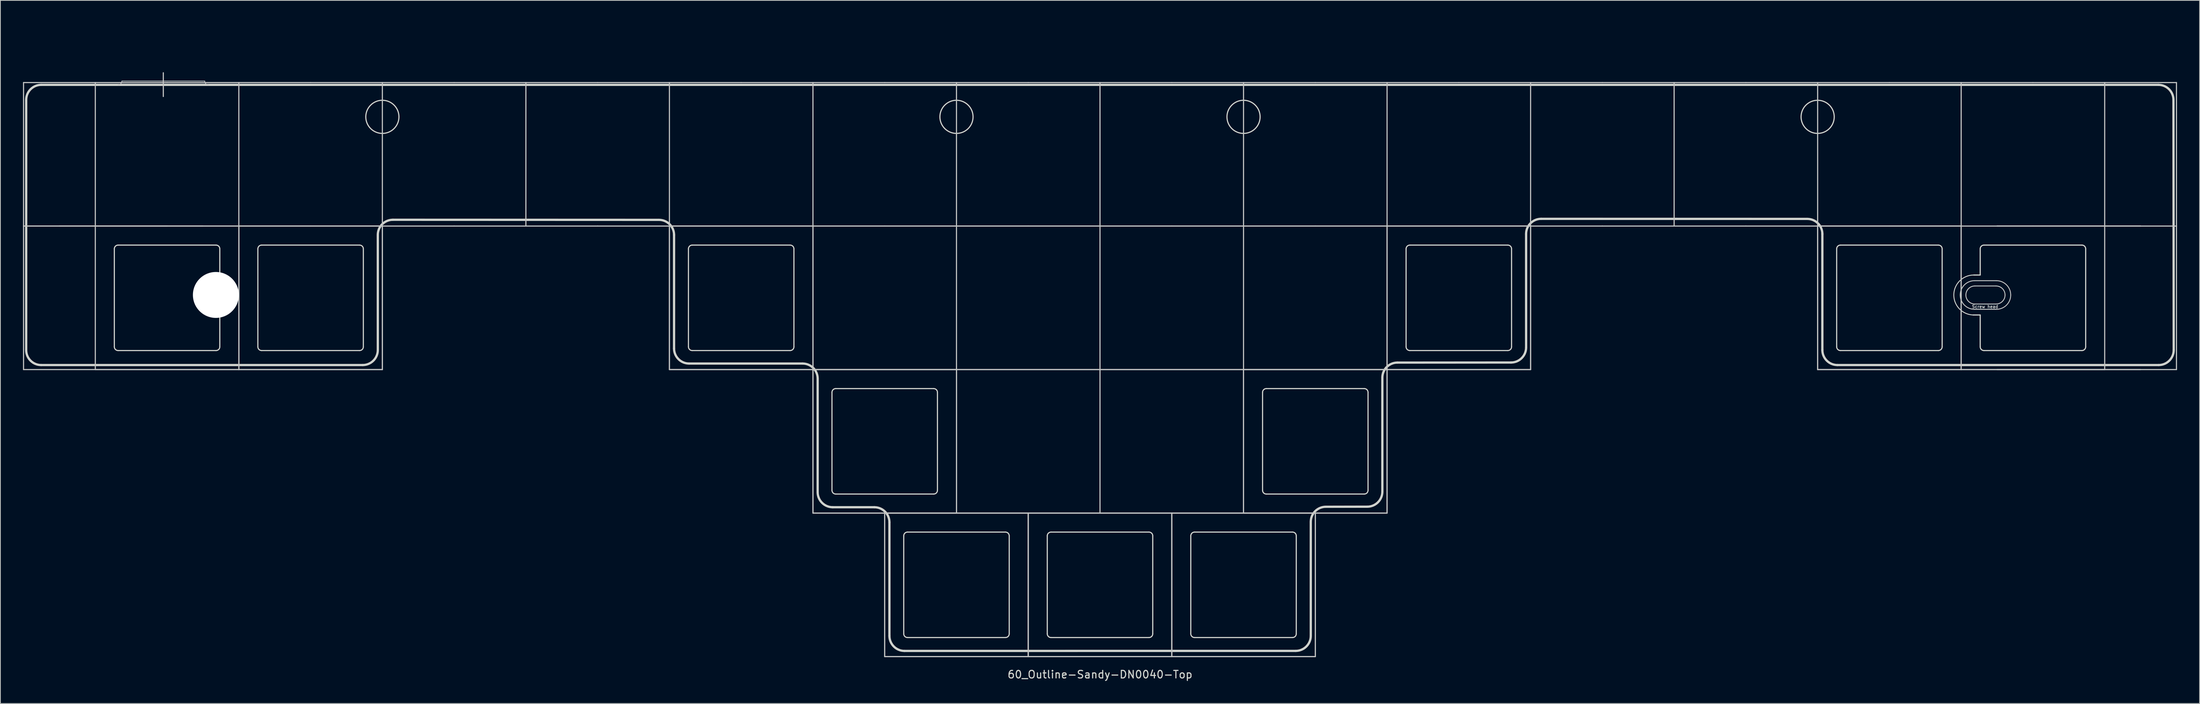
<source format=kicad_pcb>
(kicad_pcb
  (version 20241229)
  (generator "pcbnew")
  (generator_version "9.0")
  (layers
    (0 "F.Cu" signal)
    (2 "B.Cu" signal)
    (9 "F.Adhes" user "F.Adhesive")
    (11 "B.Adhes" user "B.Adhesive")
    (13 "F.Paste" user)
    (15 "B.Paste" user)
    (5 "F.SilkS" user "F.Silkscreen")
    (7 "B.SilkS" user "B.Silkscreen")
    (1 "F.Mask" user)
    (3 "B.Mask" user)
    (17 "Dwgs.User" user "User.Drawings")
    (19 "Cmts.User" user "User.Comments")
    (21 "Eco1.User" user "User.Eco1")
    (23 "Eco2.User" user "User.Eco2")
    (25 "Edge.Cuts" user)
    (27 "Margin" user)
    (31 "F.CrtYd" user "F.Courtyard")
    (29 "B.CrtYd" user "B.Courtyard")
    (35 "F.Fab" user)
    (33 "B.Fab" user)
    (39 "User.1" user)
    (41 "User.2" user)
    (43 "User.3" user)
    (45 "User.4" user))
  (footprint "60_Outline-Sandy-DN0040-Top"
    (layer "F.Cu")
    (at 142.95 46.011)
    (property "Reference" "60_Outline-Sandy-DN0040-Top" (at 0 40.481 0) (layer "Edge.Cuts") (effects (font (size 1 1) (thickness 0.15))))
    (attr through_hole)
    (fp_line (start -142.875 -38.1) (end -123.825 -38.1) (stroke (width 0.15) (type solid)) (layer "Dwgs.User"))
    (fp_line (start -142.875 -19.05) (end -142.875 -38.1) (stroke (width 0.15) (type solid)) (layer "Dwgs.User"))
    (fp_line (start -142.875 -19.05) (end -142.875 0) (stroke (width 0.15) (type solid)) (layer "Dwgs.User"))
    (fp_line (start -142.875 0) (end -114.3 0) (stroke (width 0.15) (type solid)) (layer "Dwgs.User"))
    (fp_line (start -138.113 -19.05) (end -119.062 -19.05) (stroke (width 0.15) (type solid)) (layer "Dwgs.User"))
    (fp_line (start -133.35 -19.05) (end -133.35 -38.1) (stroke (width 0.15) (type solid)) (layer "Dwgs.User"))
    (fp_line (start -133.35 -19.05) (end -114.3 -19.05) (stroke (width 0.15) (type solid)) (layer "Dwgs.User"))
    (fp_line (start -133.35 0) (end -133.35 -19.05) (stroke (width 0.15) (type solid)) (layer "Dwgs.User"))
    (fp_line (start -129.825 -38.3) (end -118.825 -38.3) (stroke (width 0.1) (type solid)) (layer "Dwgs.User"))
    (fp_line (start -124.325 -39.4) (end -124.325 -36.25) (stroke (width 0.15) (type solid)) (layer "Dwgs.User"))
    (fp_line (start -123.825 -38.1) (end -104.775 -38.1) (stroke (width 0.15) (type solid)) (layer "Dwgs.User"))
    (fp_line (start -123.825 -19.05) (end -142.875 -19.05) (stroke (width 0.15) (type solid)) (layer "Dwgs.User"))
    (fp_line (start -123.825 -19.05) (end -142.875 -19.05) (stroke (width 0.15) (type solid)) (layer "Dwgs.User"))
    (fp_line (start -114.3 -38.1) (end -114.3 -19.05) (stroke (width 0.15) (type solid)) (layer "Dwgs.User"))
    (fp_line (start -114.3 -19.05) (end -114.3 0) (stroke (width 0.15) (type solid)) (layer "Dwgs.User"))
    (fp_line (start -114.3 -19.05) (end -95.25 -19.05) (stroke (width 0.15) (type solid)) (layer "Dwgs.User"))
    (fp_line (start -114.3 -19.05) (end -95.25 -19.05) (stroke (width 0.15) (type solid)) (layer "Dwgs.User"))
    (fp_line (start -114.3 0) (end -133.35 0) (stroke (width 0.15) (type solid)) (layer "Dwgs.User"))
    (fp_line (start -114.3 0) (end -114.3 -19.05) (stroke (width 0.15) (type solid)) (layer "Dwgs.User"))
    (fp_line (start -114.3 0) (end -114.3 -19.05) (stroke (width 0.15) (type solid)) (layer "Dwgs.User"))
    (fp_line (start -104.775 -38.1) (end -85.725 -38.1) (stroke (width 0.15) (type solid)) (layer "Dwgs.User"))
    (fp_line (start -104.775 -19.05) (end -123.825 -19.05) (stroke (width 0.15) (type solid)) (layer "Dwgs.User"))
    (fp_line (start -95.25 -19.05) (end -95.25 -38.1) (stroke (width 0.15) (type solid)) (layer "Dwgs.User"))
    (fp_line (start -95.25 -19.05) (end -95.25 0) (stroke (width 0.15) (type solid)) (layer "Dwgs.User"))
    (fp_line (start -95.25 -19.05) (end -95.25 0) (stroke (width 0.15) (type solid)) (layer "Dwgs.User"))
    (fp_line (start -95.25 0) (end -114.3 0) (stroke (width 0.15) (type solid)) (layer "Dwgs.User"))
    (fp_line (start -95.25 0) (end -114.3 0) (stroke (width 0.15) (type solid)) (layer "Dwgs.User"))
    (fp_line (start -85.725 -38.1) (end -66.675 -38.1) (stroke (width 0.15) (type solid)) (layer "Dwgs.User"))
    (fp_line (start -85.725 -19.05) (end -104.775 -19.05) (stroke (width 0.15) (type solid)) (layer "Dwgs.User"))
    (fp_line (start -76.2 -38.1) (end -76.2 -19.05) (stroke (width 0.15) (type solid)) (layer "Dwgs.User"))
    (fp_line (start -66.675 -38.1) (end -47.625 -38.1) (stroke (width 0.15) (type solid)) (layer "Dwgs.User"))
    (fp_line (start -66.675 -19.05) (end -85.725 -19.05) (stroke (width 0.15) (type solid)) (layer "Dwgs.User"))
    (fp_line (start -57.15 -38.1) (end -57.15 -19.05) (stroke (width 0.15) (type solid)) (layer "Dwgs.User"))
    (fp_line (start -57.15 -19.05) (end -38.1 -19.05) (stroke (width 0.15) (type solid)) (layer "Dwgs.User"))
    (fp_line (start -57.15 -19.05) (end -38.1 -19.05) (stroke (width 0.15) (type solid)) (layer "Dwgs.User"))
    (fp_line (start -57.15 0) (end -57.15 -19.05) (stroke (width 0.15) (type solid)) (layer "Dwgs.User"))
    (fp_line (start -57.15 0) (end -57.15 -19.05) (stroke (width 0.15) (type solid)) (layer "Dwgs.User"))
    (fp_line (start -47.625 -38.1) (end -28.575 -38.1) (stroke (width 0.15) (type solid)) (layer "Dwgs.User"))
    (fp_line (start -47.625 -19.05) (end -66.675 -19.05) (stroke (width 0.15) (type solid)) (layer "Dwgs.User"))
    (fp_line (start -38.1 -19.05) (end -38.1 -38.1) (stroke (width 0.15) (type solid)) (layer "Dwgs.User"))
    (fp_line (start -38.1 -19.05) (end -38.1 0) (stroke (width 0.15) (type solid)) (layer "Dwgs.User"))
    (fp_line (start -38.1 -19.05) (end -19.05 -19.05) (stroke (width 0.15) (type solid)) (layer "Dwgs.User"))
    (fp_line (start -38.1 0) (end -57.15 0) (stroke (width 0.15) (type solid)) (layer "Dwgs.User"))
    (fp_line (start -38.1 0) (end -57.15 0) (stroke (width 0.15) (type solid)) (layer "Dwgs.User"))
    (fp_line (start -38.1 0) (end -38.1 -19.05) (stroke (width 0.15) (type solid)) (layer "Dwgs.User"))
    (fp_line (start -38.1 0) (end -19.05 0) (stroke (width 0.15) (type solid)) (layer "Dwgs.User"))
    (fp_line (start -38.1 0) (end -19.05 0) (stroke (width 0.15) (type solid)) (layer "Dwgs.User"))
    (fp_line (start -38.1 19.05) (end -38.1 0) (stroke (width 0.15) (type solid)) (layer "Dwgs.User"))
    (fp_line (start -38.1 19.05) (end -38.1 0) (stroke (width 0.15) (type solid)) (layer "Dwgs.User"))
    (fp_line (start -28.575 -38.1) (end -9.525 -38.1) (stroke (width 0.15) (type solid)) (layer "Dwgs.User"))
    (fp_line (start -28.575 -19.05) (end -47.625 -19.05) (stroke (width 0.15) (type solid)) (layer "Dwgs.User"))
    (fp_line (start -28.575 19.05) (end -9.525 19.05) (stroke (width 0.15) (type solid)) (layer "Dwgs.User"))
    (fp_line (start -28.575 19.05) (end -9.525 19.05) (stroke (width 0.15) (type solid)) (layer "Dwgs.User"))
    (fp_line (start -28.575 38.1) (end -28.575 19.05) (stroke (width 0.15) (type solid)) (layer "Dwgs.User"))
    (fp_line (start -28.575 38.1) (end -28.575 19.05) (stroke (width 0.15) (type solid)) (layer "Dwgs.User"))
    (fp_line (start -19.05 -19.05) (end -19.05 -38.1) (stroke (width 0.15) (type solid)) (layer "Dwgs.User"))
    (fp_line (start -19.05 -19.05) (end -19.05 0) (stroke (width 0.15) (type solid)) (layer "Dwgs.User"))
    (fp_line (start -19.05 -19.05) (end 0 -19.05) (stroke (width 0.15) (type solid)) (layer "Dwgs.User"))
    (fp_line (start -19.05 0) (end -38.1 0) (stroke (width 0.15) (type solid)) (layer "Dwgs.User"))
    (fp_line (start -19.05 0) (end -19.05 19.05) (stroke (width 0.15) (type solid)) (layer "Dwgs.User"))
    (fp_line (start -19.05 0) (end 0 0) (stroke (width 0.15) (type solid)) (layer "Dwgs.User"))
    (fp_line (start -19.05 19.05) (end -38.1 19.05) (stroke (width 0.15) (type solid)) (layer "Dwgs.User"))
    (fp_line (start -19.05 19.05) (end -38.1 19.05) (stroke (width 0.15) (type solid)) (layer "Dwgs.User"))
    (fp_line (start -19.05 19.05) (end -19.05 0) (stroke (width 0.15) (type solid)) (layer "Dwgs.User"))
    (fp_line (start -9.525 -38.1) (end 9.525 -38.1) (stroke (width 0.15) (type solid)) (layer "Dwgs.User"))
    (fp_line (start -9.525 -19.05) (end -28.575 -19.05) (stroke (width 0.15) (type solid)) (layer "Dwgs.User"))
    (fp_line (start -9.525 19.05) (end -9.525 38.1) (stroke (width 0.15) (type solid)) (layer "Dwgs.User"))
    (fp_line (start -9.525 19.05) (end 9.525 19.05) (stroke (width 0.15) (type solid)) (layer "Dwgs.User"))
    (fp_line (start -9.525 19.05) (end 9.525 19.05) (stroke (width 0.15) (type solid)) (layer "Dwgs.User"))
    (fp_line (start -9.525 38.1) (end -28.575 38.1) (stroke (width 0.15) (type solid)) (layer "Dwgs.User"))
    (fp_line (start -9.525 38.1) (end -28.575 38.1) (stroke (width 0.15) (type solid)) (layer "Dwgs.User"))
    (fp_line (start -9.525 38.1) (end -9.525 19.05) (stroke (width 0.15) (type solid)) (layer "Dwgs.User"))
    (fp_line (start -9.525 38.1) (end -9.525 19.05) (stroke (width 0.15) (type solid)) (layer "Dwgs.User"))
    (fp_line (start 0 -19.05) (end 0 -38.1) (stroke (width 0.15) (type solid)) (layer "Dwgs.User"))
    (fp_line (start 0 -19.05) (end 0 0) (stroke (width 0.15) (type solid)) (layer "Dwgs.User"))
    (fp_line (start 0 -19.05) (end 19.05 -19.05) (stroke (width 0.15) (type solid)) (layer "Dwgs.User"))
    (fp_line (start 0 0) (end -19.05 0) (stroke (width 0.15) (type solid)) (layer "Dwgs.User"))
    (fp_line (start 0 0) (end 19.05 0) (stroke (width 0.15) (type solid)) (layer "Dwgs.User"))
    (fp_line (start 0 19.05) (end -19.05 19.05) (stroke (width 0.15) (type solid)) (layer "Dwgs.User"))
    (fp_line (start 0 19.05) (end 0 0) (stroke (width 0.15) (type solid)) (layer "Dwgs.User"))
    (fp_line (start 9.525 -38.1) (end 28.575 -38.1) (stroke (width 0.15) (type solid)) (layer "Dwgs.User"))
    (fp_line (start 9.525 -19.05) (end -9.525 -19.05) (stroke (width 0.15) (type solid)) (layer "Dwgs.User"))
    (fp_line (start 9.525 19.05) (end 9.525 38.1) (stroke (width 0.15) (type solid)) (layer "Dwgs.User"))
    (fp_line (start 9.525 19.05) (end 28.575 19.05) (stroke (width 0.15) (type solid)) (layer "Dwgs.User"))
    (fp_line (start 9.525 19.05) (end 28.575 19.05) (stroke (width 0.15) (type solid)) (layer "Dwgs.User"))
    (fp_line (start 9.525 38.1) (end -9.525 38.1) (stroke (width 0.15) (type solid)) (layer "Dwgs.User"))
    (fp_line (start 9.525 38.1) (end -9.525 38.1) (stroke (width 0.15) (type solid)) (layer "Dwgs.User"))
    (fp_line (start 9.525 38.1) (end 9.525 19.05) (stroke (width 0.15) (type solid)) (layer "Dwgs.User"))
    (fp_line (start 9.525 38.1) (end 9.525 19.05) (stroke (width 0.15) (type solid)) (layer "Dwgs.User"))
    (fp_line (start 19.05 -19.05) (end 19.05 -38.1) (stroke (width 0.15) (type solid)) (layer "Dwgs.User"))
    (fp_line (start 19.05 -19.05) (end 38.1 -19.05) (stroke (width 0.15) (type solid)) (layer "Dwgs.User"))
    (fp_line (start 19.05 0) (end 0 0) (stroke (width 0.15) (type solid)) (layer "Dwgs.User"))
    (fp_line (start 19.05 0) (end 19.05 -19.05) (stroke (width 0.15) (type solid)) (layer "Dwgs.User"))
    (fp_line (start 19.05 0) (end 38.1 0) (stroke (width 0.15) (type solid)) (layer "Dwgs.User"))
    (fp_line (start 19.05 0) (end 38.1 0) (stroke (width 0.15) (type solid)) (layer "Dwgs.User"))
    (fp_line (start 19.05 19.05) (end 0 19.05) (stroke (width 0.15) (type solid)) (layer "Dwgs.User"))
    (fp_line (start 19.05 19.05) (end 19.05 0) (stroke (width 0.15) (type solid)) (layer "Dwgs.User"))
    (fp_line (start 19.05 19.05) (end 19.05 0) (stroke (width 0.15) (type solid)) (layer "Dwgs.User"))
    (fp_line (start 28.575 -38.1) (end 47.625 -38.1) (stroke (width 0.15) (type solid)) (layer "Dwgs.User"))
    (fp_line (start 28.575 -19.05) (end 9.525 -19.05) (stroke (width 0.15) (type solid)) (layer "Dwgs.User"))
    (fp_line (start 28.575 19.05) (end 28.575 38.1) (stroke (width 0.15) (type solid)) (layer "Dwgs.User"))
    (fp_line (start 28.575 19.05) (end 28.575 38.1) (stroke (width 0.15) (type solid)) (layer "Dwgs.User"))
    (fp_line (start 28.575 38.1) (end 9.525 38.1) (stroke (width 0.15) (type solid)) (layer "Dwgs.User"))
    (fp_line (start 28.575 38.1) (end 9.525 38.1) (stroke (width 0.15) (type solid)) (layer "Dwgs.User"))
    (fp_line (start 38.1 -19.05) (end 38.1 -38.1) (stroke (width 0.15) (type solid)) (layer "Dwgs.User"))
    (fp_line (start 38.1 -19.05) (end 38.1 0) (stroke (width 0.15) (type solid)) (layer "Dwgs.User"))
    (fp_line (start 38.1 -19.05) (end 57.15 -19.05) (stroke (width 0.15) (type solid)) (layer "Dwgs.User"))
    (fp_line (start 38.1 -19.05) (end 57.15 -19.05) (stroke (width 0.15) (type solid)) (layer "Dwgs.User"))
    (fp_line (start 38.1 0) (end 19.05 0) (stroke (width 0.15) (type solid)) (layer "Dwgs.User"))
    (fp_line (start 38.1 0) (end 38.1 -19.05) (stroke (width 0.15) (type solid)) (layer "Dwgs.User"))
    (fp_line (start 38.1 0) (end 38.1 19.05) (stroke (width 0.15) (type solid)) (layer "Dwgs.User"))
    (fp_line (start 38.1 0) (end 38.1 19.05) (stroke (width 0.15) (type solid)) (layer "Dwgs.User"))
    (fp_line (start 38.1 19.05) (end 19.05 19.05) (stroke (width 0.15) (type solid)) (layer "Dwgs.User"))
    (fp_line (start 38.1 19.05) (end 19.05 19.05) (stroke (width 0.15) (type solid)) (layer "Dwgs.User"))
    (fp_line (start 47.625 -38.1) (end 66.675 -38.1) (stroke (width 0.15) (type solid)) (layer "Dwgs.User"))
    (fp_line (start 47.625 -19.05) (end 28.575 -19.05) (stroke (width 0.15) (type solid)) (layer "Dwgs.User"))
    (fp_line (start 57.15 -19.05) (end 57.15 -38.1) (stroke (width 0.15) (type solid)) (layer "Dwgs.User"))
    (fp_line (start 57.15 -19.05) (end 57.15 0) (stroke (width 0.15) (type solid)) (layer "Dwgs.User"))
    (fp_line (start 57.15 -19.05) (end 57.15 0) (stroke (width 0.15) (type solid)) (layer "Dwgs.User"))
    (fp_line (start 57.15 0) (end 38.1 0) (stroke (width 0.15) (type solid)) (layer "Dwgs.User"))
    (fp_line (start 57.15 0) (end 38.1 0) (stroke (width 0.15) (type solid)) (layer "Dwgs.User"))
    (fp_line (start 66.675 -38.1) (end 85.725 -38.1) (stroke (width 0.15) (type solid)) (layer "Dwgs.User"))
    (fp_line (start 66.675 -19.05) (end 47.625 -19.05) (stroke (width 0.15) (type solid)) (layer "Dwgs.User"))
    (fp_line (start 76.2 -19.05) (end 76.2 -38.1) (stroke (width 0.15) (type solid)) (layer "Dwgs.User"))
    (fp_line (start 85.725 -38.1) (end 104.775 -38.1) (stroke (width 0.15) (type solid)) (layer "Dwgs.User"))
    (fp_line (start 85.725 -19.05) (end 66.675 -19.05) (stroke (width 0.15) (type solid)) (layer "Dwgs.User"))
    (fp_line (start 95.25 -38.1) (end 95.25 -19.05) (stroke (width 0.15) (type solid)) (layer "Dwgs.User"))
    (fp_line (start 95.25 -19.05) (end 114.3 -19.05) (stroke (width 0.15) (type solid)) (layer "Dwgs.User"))
    (fp_line (start 95.25 -19.05) (end 114.3 -19.05) (stroke (width 0.15) (type solid)) (layer "Dwgs.User"))
    (fp_line (start 95.25 0) (end 95.25 -19.05) (stroke (width 0.15) (type solid)) (layer "Dwgs.User"))
    (fp_line (start 95.25 0) (end 95.25 -19.05) (stroke (width 0.15) (type solid)) (layer "Dwgs.User"))
    (fp_line (start 104.775 -38.1) (end 123.825 -38.1) (stroke (width 0.15) (type solid)) (layer "Dwgs.User"))
    (fp_line (start 104.775 -19.05) (end 85.725 -19.05) (stroke (width 0.15) (type solid)) (layer "Dwgs.User"))
    (fp_line (start 114.3 -38.1) (end 114.3 -19.05) (stroke (width 0.15) (type solid)) (layer "Dwgs.User"))
    (fp_line (start 114.3 -19.05) (end 114.3 0) (stroke (width 0.15) (type solid)) (layer "Dwgs.User"))
    (fp_line (start 114.3 -19.05) (end 114.3 0) (stroke (width 0.15) (type solid)) (layer "Dwgs.User"))
    (fp_line (start 114.3 0) (end 95.25 0) (stroke (width 0.15) (type solid)) (layer "Dwgs.User"))
    (fp_line (start 114.3 0) (end 95.25 0) (stroke (width 0.15) (type solid)) (layer "Dwgs.User"))
    (fp_line (start 114.3 0) (end 142.875 0) (stroke (width 0.15) (type solid)) (layer "Dwgs.User"))
    (fp_line (start 116.075 -11.8) (end 118.975 -11.8) (stroke (width 0.12) (type solid)) (layer "Dwgs.User"))
    (fp_line (start 116.075 -8) (end 118.975 -8) (stroke (width 0.12) (type solid)) (layer "Dwgs.User"))
    (fp_line (start 116.123 -11.099) (end 118.923 -11.099) (stroke (width 0.12) (type solid)) (layer "Dwgs.User"))
    (fp_line (start 118.923 -8.699) (end 116.123 -8.699) (stroke (width 0.12) (type solid)) (layer "Dwgs.User"))
    (fp_line (start 119.062 -19.05) (end 138.113 -19.05) (stroke (width 0.15) (type solid)) (layer "Dwgs.User"))
    (fp_line (start 119.062 -19.05) (end 138.113 -19.05) (stroke (width 0.15) (type solid)) (layer "Dwgs.User"))
    (fp_line (start 123.825 -38.1) (end 142.875 -38.1) (stroke (width 0.15) (type solid)) (layer "Dwgs.User"))
    (fp_line (start 123.825 -19.05) (end 104.775 -19.05) (stroke (width 0.15) (type solid)) (layer "Dwgs.User"))
    (fp_line (start 133.35 -38.1) (end 133.35 -19.05) (stroke (width 0.15) (type solid)) (layer "Dwgs.User"))
    (fp_line (start 133.35 -19.05) (end 133.35 0) (stroke (width 0.15) (type solid)) (layer "Dwgs.User"))
    (fp_line (start 133.35 0) (end 114.3 0) (stroke (width 0.15) (type solid)) (layer "Dwgs.User"))
    (fp_line (start 138.113 0) (end 119.062 0) (stroke (width 0.15) (type solid)) (layer "Dwgs.User"))
    (fp_line (start 142.875 -38.1) (end 142.875 -19.05) (stroke (width 0.15) (type solid)) (layer "Dwgs.User"))
    (fp_line (start 142.875 -19.05) (end 123.825 -19.05) (stroke (width 0.15) (type solid)) (layer "Dwgs.User"))
    (fp_line (start 142.875 -19.05) (end 142.875 0) (stroke (width 0.15) (type solid)) (layer "Dwgs.User"))
    (fp_arc (start -129.825 -38.30004) (mid -129.971447 -37.946487) (end -130.325 -37.80004) (stroke (width 0.1) (type solid)) (layer "Dwgs.User"))
    (fp_arc (start -118.325 -37.80004) (mid -118.678553 -37.946487) (end -118.825 -38.30004) (stroke (width 0.1) (type solid)) (layer "Dwgs.User"))
    (fp_arc (start 114.175 -9.90004) (mid 114.731494 -11.243549) (end 116.075 -11.80004) (stroke (width 0.12) (type solid)) (layer "Dwgs.User"))
    (fp_arc (start 114.923491 -9.898554) (mid 115.274993 -10.747053) (end 116.123491 -11.098554) (stroke (width 0.12) (type solid)) (layer "Dwgs.User"))
    (fp_arc (start 116.075 -8.00004) (mid 114.731464 -8.556507) (end 114.175 -9.90004) (stroke (width 0.12) (type solid)) (layer "Dwgs.User"))
    (fp_arc (start 116.123491 -8.698554) (mid 115.274999 -9.050059) (end 114.923491 -9.898554) (stroke (width 0.12) (type solid)) (layer "Dwgs.User"))
    (fp_arc (start 118.923491 -11.098554) (mid 119.772056 -10.747115) (end 120.123491 -9.898554) (stroke (width 0.12) (type solid)) (layer "Dwgs.User"))
    (fp_arc (start 118.975 -11.80004) (mid 120.31847 -11.243513) (end 120.875 -9.90004) (stroke (width 0.12) (type solid)) (layer "Dwgs.User"))
    (fp_arc (start 120.123491 -9.898554) (mid 119.772049 -9.049997) (end 118.923491 -8.698554) (stroke (width 0.12) (type solid)) (layer "Dwgs.User"))
    (fp_arc (start 120.875 -9.90004) (mid 120.318499 -8.556544) (end 118.975 -8.00004) (stroke (width 0.12) (type solid)) (layer "Dwgs.User"))
    (fp_circle (center -117.325 -9.9) (end -116.025 -9.9) (stroke (width 0.15) (type solid)) (fill no) (layer "Eco1.User"))
    (fp_circle (center -117.325 -9.9) (end -114.925 -9.9) (stroke (width 0.15) (type solid)) (fill no) (layer "Eco1.User"))
    (fp_line (start -142.525 -2.586) (end -142.525 -35.8) (stroke (width 0.3) (type solid)) (layer "Edge.Cuts"))
    (fp_line (start -140.539 -0.6) (end -97.855 -0.6) (stroke (width 0.3) (type solid)) (layer "Edge.Cuts"))
    (fp_line (start -130.825 -16.025) (end -130.825 -3.025) (stroke (width 0.15) (type solid)) (layer "Edge.Cuts"))
    (fp_line (start -130.325 -16.525) (end -117.325 -16.525) (stroke (width 0.15) (type solid)) (layer "Edge.Cuts"))
    (fp_line (start -130.325 -2.525) (end -117.325 -2.525) (stroke (width 0.15) (type solid)) (layer "Edge.Cuts"))
    (fp_line (start -116.825 -3.025) (end -116.825 -16.025) (stroke (width 0.15) (type solid)) (layer "Edge.Cuts"))
    (fp_line (start -111.775 -16.025) (end -111.775 -3.025) (stroke (width 0.15) (type solid)) (layer "Edge.Cuts"))
    (fp_line (start -111.275 -16.525) (end -98.275 -16.525) (stroke (width 0.15) (type solid)) (layer "Edge.Cuts"))
    (fp_line (start -111.275 -2.525) (end -98.275 -2.525) (stroke (width 0.15) (type solid)) (layer "Edge.Cuts"))
    (fp_line (start -97.775 -3.025) (end -97.775 -16.025) (stroke (width 0.15) (type solid)) (layer "Edge.Cuts"))
    (fp_line (start -95.855 -2.6) (end -95.855 -17.886) (stroke (width 0.3) (type solid)) (layer "Edge.Cuts"))
    (fp_line (start -93.855 -19.886) (end -58.535 -19.875) (stroke (width 0.3) (type solid)) (layer "Edge.Cuts"))
    (fp_line (start -56.535 -2.8) (end -56.535 -17.875) (stroke (width 0.3) (type solid)) (layer "Edge.Cuts"))
    (fp_line (start -54.625 -16.025) (end -54.625 -3.025) (stroke (width 0.15) (type solid)) (layer "Edge.Cuts"))
    (fp_line (start -54.535 -0.8) (end -39.475 -0.8) (stroke (width 0.3) (type solid)) (layer "Edge.Cuts"))
    (fp_line (start -54.125 -16.525) (end -41.125 -16.525) (stroke (width 0.15) (type solid)) (layer "Edge.Cuts"))
    (fp_line (start -54.125 -2.525) (end -41.125 -2.525) (stroke (width 0.15) (type solid)) (layer "Edge.Cuts"))
    (fp_line (start -40.625 -3.025) (end -40.625 -16.025) (stroke (width 0.15) (type solid)) (layer "Edge.Cuts"))
    (fp_line (start -37.475 16.275) (end -37.475 1.2) (stroke (width 0.3) (type solid)) (layer "Edge.Cuts"))
    (fp_line (start -35.575 3.025) (end -35.575 16.025) (stroke (width 0.15) (type solid)) (layer "Edge.Cuts"))
    (fp_line (start -35.475 18.275) (end -29.95 18.275) (stroke (width 0.3) (type solid)) (layer "Edge.Cuts"))
    (fp_line (start -35.075 2.525) (end -22.075 2.525) (stroke (width 0.15) (type solid)) (layer "Edge.Cuts"))
    (fp_line (start -35.075 16.525) (end -22.075 16.525) (stroke (width 0.15) (type solid)) (layer "Edge.Cuts"))
    (fp_line (start -27.95 35.35) (end -27.95 20.275) (stroke (width 0.3) (type solid)) (layer "Edge.Cuts"))
    (fp_line (start -26.05 22.075) (end -26.05 35.075) (stroke (width 0.15) (type solid)) (layer "Edge.Cuts"))
    (fp_line (start -25.95 37.35) (end 25.975 37.346) (stroke (width 0.3) (type solid)) (layer "Edge.Cuts"))
    (fp_line (start -25.55 21.575) (end -12.55 21.575) (stroke (width 0.15) (type solid)) (layer "Edge.Cuts"))
    (fp_line (start -25.55 35.575) (end -12.55 35.575) (stroke (width 0.15) (type solid)) (layer "Edge.Cuts"))
    (fp_line (start -21.575 16.025) (end -21.575 3.025) (stroke (width 0.15) (type solid)) (layer "Edge.Cuts"))
    (fp_line (start -12.05 35.075) (end -12.05 22.075) (stroke (width 0.15) (type solid)) (layer "Edge.Cuts"))
    (fp_line (start -7 22.075) (end -7 35.075) (stroke (width 0.15) (type solid)) (layer "Edge.Cuts"))
    (fp_line (start -6.5 21.575) (end 6.5 21.575) (stroke (width 0.15) (type solid)) (layer "Edge.Cuts"))
    (fp_line (start -6.5 35.575) (end 6.5 35.575) (stroke (width 0.15) (type solid)) (layer "Edge.Cuts"))
    (fp_line (start 7 35.075) (end 7 22.075) (stroke (width 0.15) (type solid)) (layer "Edge.Cuts"))
    (fp_line (start 12.05 22.075) (end 12.05 35.075) (stroke (width 0.15) (type solid)) (layer "Edge.Cuts"))
    (fp_line (start 12.55 21.575) (end 25.55 21.575) (stroke (width 0.15) (type solid)) (layer "Edge.Cuts"))
    (fp_line (start 12.55 35.575) (end 25.55 35.575) (stroke (width 0.15) (type solid)) (layer "Edge.Cuts"))
    (fp_line (start 21.575 3.025) (end 21.575 16.025) (stroke (width 0.15) (type solid)) (layer "Edge.Cuts"))
    (fp_line (start 22.075 2.525) (end 35.075 2.525) (stroke (width 0.15) (type solid)) (layer "Edge.Cuts"))
    (fp_line (start 22.075 16.525) (end 35.075 16.525) (stroke (width 0.15) (type solid)) (layer "Edge.Cuts"))
    (fp_line (start 26.05 35.075) (end 26.05 22.075) (stroke (width 0.15) (type solid)) (layer "Edge.Cuts"))
    (fp_line (start 27.975 35.346) (end 27.975 20.214) (stroke (width 0.3) (type solid)) (layer "Edge.Cuts"))
    (fp_line (start 29.975 18.214) (end 35.475 18.204) (stroke (width 0.3) (type solid)) (layer "Edge.Cuts"))
    (fp_line (start 35.575 16.025) (end 35.575 3.025) (stroke (width 0.15) (type solid)) (layer "Edge.Cuts"))
    (fp_line (start 37.475 16.204) (end 37.475 1.073) (stroke (width 0.3) (type solid)) (layer "Edge.Cuts"))
    (fp_line (start 39.475 -0.927) (end 54.555 -0.937) (stroke (width 0.3) (type solid)) (layer "Edge.Cuts"))
    (fp_line (start 40.625 -16.025) (end 40.625 -3.025) (stroke (width 0.15) (type solid)) (layer "Edge.Cuts"))
    (fp_line (start 41.125 -16.525) (end 54.125 -16.525) (stroke (width 0.15) (type solid)) (layer "Edge.Cuts"))
    (fp_line (start 41.125 -2.525) (end 54.125 -2.525) (stroke (width 0.15) (type solid)) (layer "Edge.Cuts"))
    (fp_line (start 54.625 -3.025) (end 54.625 -16.025) (stroke (width 0.15) (type solid)) (layer "Edge.Cuts"))
    (fp_line (start 56.555 -2.937) (end 56.555 -18.012) (stroke (width 0.3) (type solid)) (layer "Edge.Cuts"))
    (fp_line (start 58.555 -20.012) (end 93.875 -20.002) (stroke (width 0.3) (type solid)) (layer "Edge.Cuts"))
    (fp_line (start 95.875 -2.6) (end 95.875 -18.002) (stroke (width 0.3) (type solid)) (layer "Edge.Cuts"))
    (fp_line (start 97.775 -16.025) (end 97.775 -3.025) (stroke (width 0.15) (type solid)) (layer "Edge.Cuts"))
    (fp_line (start 98.275 -16.525) (end 111.275 -16.525) (stroke (width 0.15) (type solid)) (layer "Edge.Cuts"))
    (fp_line (start 98.275 -2.525) (end 111.275 -2.525) (stroke (width 0.15) (type solid)) (layer "Edge.Cuts"))
    (fp_line (start 111.775 -3.025) (end 111.775 -16.025) (stroke (width 0.15) (type solid)) (layer "Edge.Cuts"))
    (fp_line (start 115.875 -7.248) (end 116.825 -7.248) (stroke (width 0.15) (type solid)) (layer "Edge.Cuts"))
    (fp_line (start 115.975 -12.55) (end 116.825 -12.55) (stroke (width 0.15) (type solid)) (layer "Edge.Cuts"))
    (fp_line (start 116.825 -16.025) (end 116.825 -12.55) (stroke (width 0.15) (type solid)) (layer "Edge.Cuts"))
    (fp_line (start 116.825 -7.248) (end 116.825 -3.025) (stroke (width 0.15) (type solid)) (layer "Edge.Cuts"))
    (fp_line (start 117.325 -16.525) (end 130.325 -16.525) (stroke (width 0.15) (type solid)) (layer "Edge.Cuts"))
    (fp_line (start 117.325 -2.525) (end 130.325 -2.525) (stroke (width 0.15) (type solid)) (layer "Edge.Cuts"))
    (fp_line (start 130.825 -3.025) (end 130.825 -16.025) (stroke (width 0.15) (type solid)) (layer "Edge.Cuts"))
    (fp_line (start 140.475 -37.8) (end -140.525 -37.8) (stroke (width 0.3) (type solid)) (layer "Edge.Cuts"))
    (fp_line (start 140.511 -0.6) (end 97.875 -0.6) (stroke (width 0.3) (type solid)) (layer "Edge.Cuts"))
    (fp_line (start 142.511 -2.6) (end 142.475 -35.8) (stroke (width 0.3) (type solid)) (layer "Edge.Cuts"))
    (fp_arc (start -142.525 -35.80004) (mid -141.939214 -37.214254) (end -140.525 -37.80004) (stroke (width 0.3) (type solid)) (layer "Edge.Cuts"))
    (fp_arc (start -140.539214 -0.60004) (mid -141.943377 -1.181663) (end -142.525 -2.585826) (stroke (width 0.3) (type solid)) (layer "Edge.Cuts"))
    (fp_arc (start -130.825 -16.025) (mid -130.678553 -16.378553) (end -130.325 -16.525) (stroke (width 0.15) (type solid)) (layer "Edge.Cuts"))
    (fp_arc (start -130.325 -2.525) (mid -130.678553 -2.671447) (end -130.825 -3.025) (stroke (width 0.15) (type solid)) (layer "Edge.Cuts"))
    (fp_arc (start -117.325 -16.525) (mid -116.971447 -16.378553) (end -116.825 -16.025) (stroke (width 0.15) (type solid)) (layer "Edge.Cuts"))
    (fp_arc (start -116.825 -3.025) (mid -116.971447 -2.671447) (end -117.325 -2.525) (stroke (width 0.15) (type solid)) (layer "Edge.Cuts"))
    (fp_arc (start -111.775 -16.025) (mid -111.628553 -16.378553) (end -111.275 -16.525) (stroke (width 0.15) (type solid)) (layer "Edge.Cuts"))
    (fp_arc (start -111.275 -2.525) (mid -111.628553 -2.671447) (end -111.775 -3.025) (stroke (width 0.15) (type solid)) (layer "Edge.Cuts"))
    (fp_arc (start -98.275 -16.525) (mid -97.921447 -16.378553) (end -97.775 -16.025) (stroke (width 0.15) (type solid)) (layer "Edge.Cuts"))
    (fp_arc (start -97.775 -3.025) (mid -97.921447 -2.671447) (end -98.275 -2.525) (stroke (width 0.15) (type solid)) (layer "Edge.Cuts"))
    (fp_arc (start -95.855 -17.885826) (mid -95.269214 -19.30004) (end -93.855 -19.885826) (stroke (width 0.3) (type solid)) (layer "Edge.Cuts"))
    (fp_arc (start -95.855 -2.60004) (mid -96.440786 -1.185826) (end -97.855 -0.60004) (stroke (width 0.3) (type solid)) (layer "Edge.Cuts"))
    (fp_arc (start -58.535 -19.87504) (mid -57.120786 -19.289254) (end -56.535 -17.87504) (stroke (width 0.3) (type solid)) (layer "Edge.Cuts"))
    (fp_arc (start -54.625 -16.025) (mid -54.478553 -16.378553) (end -54.125 -16.525) (stroke (width 0.15) (type solid)) (layer "Edge.Cuts"))
    (fp_arc (start -54.535 -0.80004) (mid -55.949214 -1.385826) (end -56.535 -2.80004) (stroke (width 0.3) (type solid)) (layer "Edge.Cuts"))
    (fp_arc (start -54.125 -2.525) (mid -54.478553 -2.671447) (end -54.625 -3.025) (stroke (width 0.15) (type solid)) (layer "Edge.Cuts"))
    (fp_arc (start -41.125 -16.525) (mid -40.771447 -16.378553) (end -40.625 -16.025) (stroke (width 0.15) (type solid)) (layer "Edge.Cuts"))
    (fp_arc (start -40.625 -3.025) (mid -40.771447 -2.671447) (end -41.125 -2.525) (stroke (width 0.15) (type solid)) (layer "Edge.Cuts"))
    (fp_arc (start -39.475 -0.80004) (mid -38.060786 -0.214254) (end -37.475 1.19996) (stroke (width 0.3) (type solid)) (layer "Edge.Cuts"))
    (fp_arc (start -35.575 3.025) (mid -35.428553 2.671447) (end -35.075 2.525) (stroke (width 0.15) (type solid)) (layer "Edge.Cuts"))
    (fp_arc (start -35.475 18.27496) (mid -36.889214 17.689174) (end -37.475 16.27496) (stroke (width 0.3) (type solid)) (layer "Edge.Cuts"))
    (fp_arc (start -35.075 16.525) (mid -35.428553 16.378553) (end -35.575 16.025) (stroke (width 0.15) (type solid)) (layer "Edge.Cuts"))
    (fp_arc (start -29.95 18.27496) (mid -28.535786 18.860746) (end -27.95 20.27496) (stroke (width 0.3) (type solid)) (layer "Edge.Cuts"))
    (fp_arc (start -26.05 22.075) (mid -25.903553 21.721447) (end -25.55 21.575) (stroke (width 0.15) (type solid)) (layer "Edge.Cuts"))
    (fp_arc (start -25.95 37.34996) (mid -27.364214 36.764174) (end -27.95 35.34996) (stroke (width 0.3) (type solid)) (layer "Edge.Cuts"))
    (fp_arc (start -25.55 35.575) (mid -25.903553 35.428553) (end -26.05 35.075) (stroke (width 0.15) (type solid)) (layer "Edge.Cuts"))
    (fp_arc (start -22.075 2.525) (mid -21.721447 2.671447) (end -21.575 3.025) (stroke (width 0.15) (type solid)) (layer "Edge.Cuts"))
    (fp_arc (start -21.575 16.025) (mid -21.721447 16.378553) (end -22.075 16.525) (stroke (width 0.15) (type solid)) (layer "Edge.Cuts"))
    (fp_arc (start -12.55 21.575) (mid -12.196447 21.721447) (end -12.05 22.075) (stroke (width 0.15) (type solid)) (layer "Edge.Cuts"))
    (fp_arc (start -12.05 35.075) (mid -12.196447 35.428553) (end -12.55 35.575) (stroke (width 0.15) (type solid)) (layer "Edge.Cuts"))
    (fp_arc (start -7 22.075) (mid -6.853553 21.721447) (end -6.5 21.575) (stroke (width 0.15) (type solid)) (layer "Edge.Cuts"))
    (fp_arc (start -6.5 35.575) (mid -6.853553 35.428553) (end -7 35.075) (stroke (width 0.15) (type solid)) (layer "Edge.Cuts"))
    (fp_arc (start 6.5 21.575) (mid 6.853553 21.721447) (end 7 22.075) (stroke (width 0.15) (type solid)) (layer "Edge.Cuts"))
    (fp_arc (start 7 35.075) (mid 6.853553 35.428553) (end 6.5 35.575) (stroke (width 0.15) (type solid)) (layer "Edge.Cuts"))
    (fp_arc (start 12.05 22.075) (mid 12.196447 21.721447) (end 12.55 21.575) (stroke (width 0.15) (type solid)) (layer "Edge.Cuts"))
    (fp_arc (start 12.55 35.575) (mid 12.196447 35.428553) (end 12.05 35.075) (stroke (width 0.15) (type solid)) (layer "Edge.Cuts"))
    (fp_arc (start 21.575 3.025) (mid 21.721447 2.671447) (end 22.075 2.525) (stroke (width 0.15) (type solid)) (layer "Edge.Cuts"))
    (fp_arc (start 22.075 16.525) (mid 21.721447 16.378553) (end 21.575 16.025) (stroke (width 0.15) (type solid)) (layer "Edge.Cuts"))
    (fp_arc (start 25.55 21.575) (mid 25.903553 21.721447) (end 26.05 22.075) (stroke (width 0.15) (type solid)) (layer "Edge.Cuts"))
    (fp_arc (start 26.05 35.075) (mid 25.903553 35.428553) (end 25.55 35.575) (stroke (width 0.15) (type solid)) (layer "Edge.Cuts"))
    (fp_arc (start 27.975 20.214174) (mid 28.560767 18.79994) (end 29.975 18.214174) (stroke (width 0.3) (type solid)) (layer "Edge.Cuts"))
    (fp_arc (start 27.975 35.345746) (mid 27.389238 36.759986) (end 25.975 37.345746) (stroke (width 0.3) (type solid)) (layer "Edge.Cuts"))
    (fp_arc (start 35.075 2.525) (mid 35.428553 2.671447) (end 35.575 3.025) (stroke (width 0.15) (type solid)) (layer "Edge.Cuts"))
    (fp_arc (start 35.575 16.025) (mid 35.428553 16.378553) (end 35.075 16.525) (stroke (width 0.15) (type solid)) (layer "Edge.Cuts"))
    (fp_arc (start 37.475 1.072602) (mid 38.060783 -0.341616) (end 39.475 -0.927398) (stroke (width 0.3) (type solid)) (layer "Edge.Cuts"))
    (fp_arc (start 37.475 16.204174) (mid 36.889195 17.618371) (end 35.475 18.204174) (stroke (width 0.3) (type solid)) (layer "Edge.Cuts"))
    (fp_arc (start 40.625 -16.025) (mid 40.771447 -16.378553) (end 41.125 -16.525) (stroke (width 0.15) (type solid)) (layer "Edge.Cuts"))
    (fp_arc (start 41.125 -2.525) (mid 40.771447 -2.671447) (end 40.625 -3.025) (stroke (width 0.15) (type solid)) (layer "Edge.Cuts"))
    (fp_arc (start 54.125 -16.525) (mid 54.478553 -16.378553) (end 54.625 -16.025) (stroke (width 0.15) (type solid)) (layer "Edge.Cuts"))
    (fp_arc (start 54.625 -3.025) (mid 54.478553 -2.671447) (end 54.125 -2.525) (stroke (width 0.15) (type solid)) (layer "Edge.Cuts"))
    (fp_arc (start 56.555 -18.012398) (mid 57.140797 -19.426616) (end 58.555 -20.012398) (stroke (width 0.3) (type solid)) (layer "Edge.Cuts"))
    (fp_arc (start 56.555 -2.937398) (mid 55.969224 -1.523189) (end 54.555 -0.937398) (stroke (width 0.3) (type solid)) (layer "Edge.Cuts"))
    (fp_arc (start 93.875 -20.001612) (mid 95.289265 -19.415859) (end 95.875 -18.001612) (stroke (width 0.3) (type solid)) (layer "Edge.Cuts"))
    (fp_arc (start 97.775 -16.025) (mid 97.921447 -16.378553) (end 98.275 -16.525) (stroke (width 0.15) (type solid)) (layer "Edge.Cuts"))
    (fp_arc (start 97.875 -0.60004) (mid 96.460754 -1.185797) (end 95.875 -2.60004) (stroke (width 0.3) (type solid)) (layer "Edge.Cuts"))
    (fp_arc (start 98.275 -2.525) (mid 97.921447 -2.671447) (end 97.775 -3.025) (stroke (width 0.15) (type solid)) (layer "Edge.Cuts"))
    (fp_arc (start 111.275 -16.525) (mid 111.628553 -16.378553) (end 111.775 -16.025) (stroke (width 0.15) (type solid)) (layer "Edge.Cuts"))
    (fp_arc (start 111.775 -3.025) (mid 111.628553 -2.671447) (end 111.275 -2.525) (stroke (width 0.15) (type solid)) (layer "Edge.Cuts"))
    (fp_arc (start 115.875 -7.2485) (mid 113.323585 -9.948509) (end 115.975 -12.550386) (stroke (width 0.12) (type default)) (layer "Edge.Cuts"))
    (fp_arc (start 116.825 -16.025) (mid 116.971447 -16.378553) (end 117.325 -16.525) (stroke (width 0.15) (type solid)) (layer "Edge.Cuts"))
    (fp_arc (start 117.325 -2.525) (mid 116.971447 -2.671447) (end 116.825 -3.025) (stroke (width 0.15) (type solid)) (layer "Edge.Cuts"))
    (fp_arc (start 130.325 -16.525) (mid 130.678553 -16.378553) (end 130.825 -16.025) (stroke (width 0.15) (type solid)) (layer "Edge.Cuts"))
    (fp_arc (start 130.825 -3.025) (mid 130.678553 -2.671447) (end 130.325 -2.525) (stroke (width 0.15) (type solid)) (layer "Edge.Cuts"))
    (fp_arc (start 140.475 -37.80004) (mid 141.889181 -37.214224) (end 142.475 -35.80004) (stroke (width 0.3) (type solid)) (layer "Edge.Cuts"))
    (fp_arc (start 142.510786 -2.60004) (mid 141.925023 -1.185787) (end 140.510786 -0.60004) (stroke (width 0.3) (type solid)) (layer "Edge.Cuts"))
    (fp_circle (center -95.25 -33.55) (end -93.05 -33.55) (stroke (width 0.15) (type solid)) (fill no) (layer "Edge.Cuts"))
    (fp_circle (center -19.05 -33.55) (end -16.85 -33.55) (stroke (width 0.15) (type solid)) (fill no) (layer "Edge.Cuts"))
    (fp_circle (center 19.05 -33.55) (end 21.25 -33.55) (stroke (width 0.15) (type solid)) (fill no) (layer "Edge.Cuts"))
    (fp_circle (center 95.25 -33.55) (end 97.45 -33.55) (stroke (width 0.15) (type solid)) (fill no) (layer "Edge.Cuts"))
    (fp_text user "Screw head" (at 117.475 -8.35 0) (layer "Dwgs.User") (effects (font (size 0.4 0.4) (thickness 0.08))))
    (fp_text user "Screw to Bottom\n↓" (at 17.859 -38.1 0) (unlocked yes) (layer "Eco2.User") (effects (font (size 2 2) (thickness 0.5) (bold yes)) (justify left bottom)))
    (fp_text user "Screw to Bottom\n↓" (at -20.241 -38.1 0) (unlocked yes) (layer "Eco2.User") (effects (font (size 2 2) (thickness 0.5) (bold yes)) (justify left bottom)))
    (fp_text user "Screw to Bottom\n↓" (at 94.059 -38.1 0) (unlocked yes) (layer "Eco2.User") (effects (font (size 2 2) (thickness 0.5) (bold yes)) (justify left bottom)))
    (fp_text user "Screw to Bottom\n↓" (at -96.441 -39.291 0) (unlocked yes) (layer "Eco2.User") (effects (font (size 2 2) (thickness 0.5) (bold yes)) (justify left bottom)))
    (dimension (type aligned) (layer "Eco2.User") (pts (xy 12.125 42.986) (xy 26.125 42.986)) (height 0) (format (prefix "") (suffix "") (units 3) (units_format 1) (precision 4)) (style (thickness 0.12) (arrow_length 1.27) (text_position_mode 0) (arrow_direction outward) (extension_height 0.586) (extension_offset 0.5) (keep_text_aligned yes)) (gr_text "14.0000 mm" (at 19.125 41.836 0) (layer "Eco2.User") (effects (font (size 1 1) (thickness 0.15)))))
    (pad "" np_thru_hole circle (at -117.348 -9.906) (size 6.096 6.096) (drill 6.096) (layers "*.Cu" "*.Mask")))
  (gr_rect
    (start -3 -3)
    (end 288.9 90.34)
    (stroke (width 0.1) (type default))
    (fill no)
    (layer "Edge.Cuts")))
</source>
